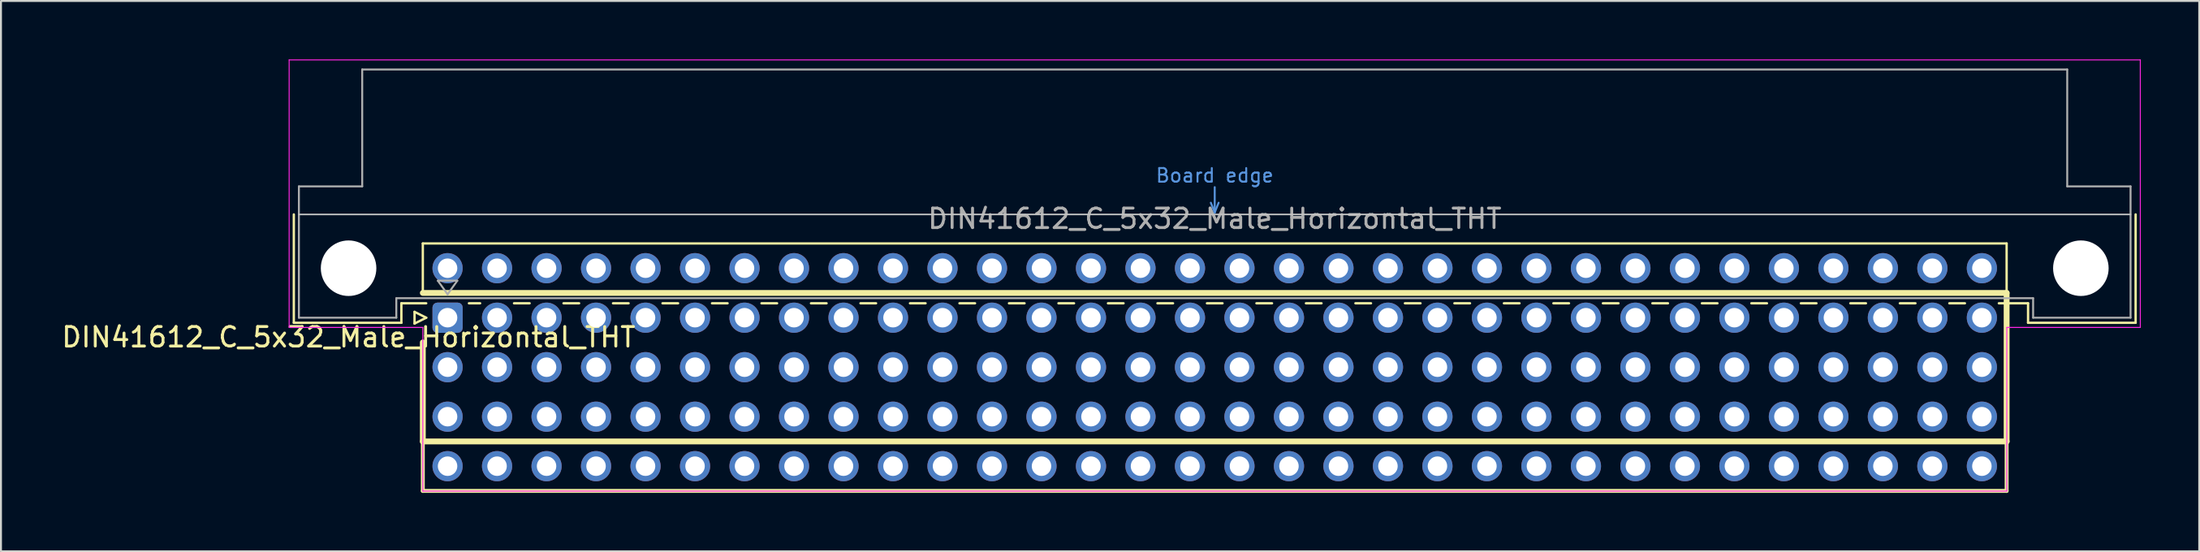
<source format=kicad_pcb>
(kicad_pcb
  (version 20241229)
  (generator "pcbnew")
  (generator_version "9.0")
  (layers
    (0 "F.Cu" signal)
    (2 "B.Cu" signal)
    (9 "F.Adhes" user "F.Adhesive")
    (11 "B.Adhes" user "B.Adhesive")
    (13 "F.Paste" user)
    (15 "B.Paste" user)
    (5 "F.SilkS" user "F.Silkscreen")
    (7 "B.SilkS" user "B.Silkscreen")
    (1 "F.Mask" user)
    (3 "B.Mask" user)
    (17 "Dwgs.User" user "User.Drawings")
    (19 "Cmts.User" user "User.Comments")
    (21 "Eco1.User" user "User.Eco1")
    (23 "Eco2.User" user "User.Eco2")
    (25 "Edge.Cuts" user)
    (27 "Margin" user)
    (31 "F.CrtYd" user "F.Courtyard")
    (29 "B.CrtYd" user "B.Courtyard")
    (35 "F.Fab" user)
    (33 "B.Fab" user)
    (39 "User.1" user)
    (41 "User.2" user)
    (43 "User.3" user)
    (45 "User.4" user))
  (footprint "DIN41612_C_5x32_Male_Horizontal_THT"
    (layer "F.Cu")
    (at 19.919 13.255)
    (property "Reference" "DIN41612_C_5x32_Male_Horizontal_THT" (at -5.08 1 0) (layer "F.SilkS") (effects (font (size 1 1) (thickness 0.15))))
    (attr through_hole)
    (fp_line (start -7.89 -5.3) (end -7.89 0.26) (stroke (width 0.12) (type solid)) (layer "F.SilkS"))
    (fp_line (start -7.89 0.26) (end -2.37 0.26) (stroke (width 0.12) (type solid)) (layer "F.SilkS"))
    (fp_line (start -2.371 -0.74) (end -1.095 -0.74) (stroke (width 0.12) (type solid)) (layer "F.SilkS"))
    (fp_line (start -2.37 0.26) (end -2.37 -0.74) (stroke (width 0.12) (type solid)) (layer "F.SilkS"))
    (fp_line (start -1.695 -0.3) (end -1.695 0.3) (stroke (width 0.12) (type solid)) (layer "F.SilkS"))
    (fp_line (start -1.695 0.3) (end -1.095 0) (stroke (width 0.12) (type solid)) (layer "F.SilkS"))
    (fp_line (start -1.27 -3.81) (end -1.27 -1.27) (stroke (width 0.12) (type default)) (layer "F.SilkS"))
    (fp_line (start -1.27 -3.81) (end 80.01 -3.81) (stroke (width 0.12) (type default)) (layer "F.SilkS"))
    (fp_line (start -1.27 -1.27) (end 80.01 -1.27) (stroke (width 0.3) (type default)) (layer "F.SilkS"))
    (fp_line (start -1.27 6.35) (end -1.27 1.27) (stroke (width 0.3) (type default)) (layer "F.SilkS"))
    (fp_line (start -1.27 6.35) (end 80.01 6.35) (stroke (width 0.3) (type default)) (layer "F.SilkS"))
    (fp_line (start -1.27 8.89) (end -1.27 6.35) (stroke (width 0.2) (type default)) (layer "F.SilkS"))
    (fp_line (start -1.27 8.89) (end 80.01 8.89) (stroke (width 0.2) (type default)) (layer "F.SilkS"))
    (fp_line (start -1.095 0) (end -1.695 -0.3) (stroke (width 0.12) (type solid)) (layer "F.SilkS"))
    (fp_line (start 1.095 -0.74) (end 1.671 -0.74) (stroke (width 0.12) (type solid)) (layer "F.SilkS"))
    (fp_line (start 3.41 -0.74) (end 4.211 -0.74) (stroke (width 0.12) (type solid)) (layer "F.SilkS"))
    (fp_line (start 5.95 -0.74) (end 6.751 -0.74) (stroke (width 0.12) (type solid)) (layer "F.SilkS"))
    (fp_line (start 8.49 -0.74) (end 9.291 -0.74) (stroke (width 0.12) (type solid)) (layer "F.SilkS"))
    (fp_line (start 11.03 -0.74) (end 11.831 -0.74) (stroke (width 0.12) (type solid)) (layer "F.SilkS"))
    (fp_line (start 13.57 -0.74) (end 14.371 -0.74) (stroke (width 0.12) (type solid)) (layer "F.SilkS"))
    (fp_line (start 16.11 -0.74) (end 16.911 -0.74) (stroke (width 0.12) (type solid)) (layer "F.SilkS"))
    (fp_line (start 18.65 -0.74) (end 19.451 -0.74) (stroke (width 0.12) (type solid)) (layer "F.SilkS"))
    (fp_line (start 21.19 -0.74) (end 21.991 -0.74) (stroke (width 0.12) (type solid)) (layer "F.SilkS"))
    (fp_line (start 23.73 -0.74) (end 24.531 -0.74) (stroke (width 0.12) (type solid)) (layer "F.SilkS"))
    (fp_line (start 26.27 -0.74) (end 27.071 -0.74) (stroke (width 0.12) (type solid)) (layer "F.SilkS"))
    (fp_line (start 28.81 -0.74) (end 29.611 -0.74) (stroke (width 0.12) (type solid)) (layer "F.SilkS"))
    (fp_line (start 31.35 -0.74) (end 32.151 -0.74) (stroke (width 0.12) (type solid)) (layer "F.SilkS"))
    (fp_line (start 33.89 -0.74) (end 34.691 -0.74) (stroke (width 0.12) (type solid)) (layer "F.SilkS"))
    (fp_line (start 36.43 -0.74) (end 37.231 -0.74) (stroke (width 0.12) (type solid)) (layer "F.SilkS"))
    (fp_line (start 38.97 -0.74) (end 39.771 -0.74) (stroke (width 0.12) (type solid)) (layer "F.SilkS"))
    (fp_line (start 41.51 -0.74) (end 42.311 -0.74) (stroke (width 0.12) (type solid)) (layer "F.SilkS"))
    (fp_line (start 44.05 -0.74) (end 44.851 -0.74) (stroke (width 0.12) (type solid)) (layer "F.SilkS"))
    (fp_line (start 46.59 -0.74) (end 47.391 -0.74) (stroke (width 0.12) (type solid)) (layer "F.SilkS"))
    (fp_line (start 49.13 -0.74) (end 49.931 -0.74) (stroke (width 0.12) (type solid)) (layer "F.SilkS"))
    (fp_line (start 51.67 -0.74) (end 52.471 -0.74) (stroke (width 0.12) (type solid)) (layer "F.SilkS"))
    (fp_line (start 54.21 -0.74) (end 55.011 -0.74) (stroke (width 0.12) (type solid)) (layer "F.SilkS"))
    (fp_line (start 56.75 -0.74) (end 57.551 -0.74) (stroke (width 0.12) (type solid)) (layer "F.SilkS"))
    (fp_line (start 59.29 -0.74) (end 60.091 -0.74) (stroke (width 0.12) (type solid)) (layer "F.SilkS"))
    (fp_line (start 61.83 -0.74) (end 62.631 -0.74) (stroke (width 0.12) (type solid)) (layer "F.SilkS"))
    (fp_line (start 64.37 -0.74) (end 65.171 -0.74) (stroke (width 0.12) (type solid)) (layer "F.SilkS"))
    (fp_line (start 66.91 -0.74) (end 67.711 -0.74) (stroke (width 0.12) (type solid)) (layer "F.SilkS"))
    (fp_line (start 69.45 -0.74) (end 70.251 -0.74) (stroke (width 0.12) (type solid)) (layer "F.SilkS"))
    (fp_line (start 71.99 -0.74) (end 72.791 -0.74) (stroke (width 0.12) (type solid)) (layer "F.SilkS"))
    (fp_line (start 74.53 -0.74) (end 75.331 -0.74) (stroke (width 0.12) (type solid)) (layer "F.SilkS"))
    (fp_line (start 77.07 -0.74) (end 77.871 -0.74) (stroke (width 0.12) (type solid)) (layer "F.SilkS"))
    (fp_line (start 79.61 -0.74) (end 81.11 -0.74) (stroke (width 0.12) (type solid)) (layer "F.SilkS"))
    (fp_line (start 80.01 -3.81) (end 80.01 -1.27) (stroke (width 0.12) (type default)) (layer "F.SilkS"))
    (fp_line (start 80.01 6.35) (end 80.01 -1.27) (stroke (width 0.3) (type default)) (layer "F.SilkS"))
    (fp_line (start 80.01 8.89) (end 80.01 6.35) (stroke (width 0.2) (type default)) (layer "F.SilkS"))
    (fp_line (start 81.11 0.26) (end 81.11 -0.74) (stroke (width 0.12) (type solid)) (layer "F.SilkS"))
    (fp_line (start 86.63 -5.3) (end 86.63 0.26) (stroke (width 0.12) (type solid)) (layer "F.SilkS"))
    (fp_line (start 86.63 0.26) (end 81.11 0.26) (stroke (width 0.12) (type solid)) (layer "F.SilkS"))
    (fp_line (start -7.63 -5.3) (end 86.37 -5.3) (stroke (width 0.08) (type solid)) (layer "Dwgs.User"))
    (fp_line (start 39.17 -5.9) (end 39.37 -5.4) (stroke (width 0.1) (type solid)) (layer "Cmts.User"))
    (fp_line (start 39.37 -5.4) (end 39.37 -6.7) (stroke (width 0.1) (type solid)) (layer "Cmts.User"))
    (fp_line (start 39.37 -5.4) (end 39.57 -5.9) (stroke (width 0.1) (type solid)) (layer "Cmts.User"))
    (fp_line (start -8.13 -13.23) (end -8.13 0.5) (stroke (width 0.05) (type solid)) (layer "F.CrtYd"))
    (fp_line (start -8.13 0.5) (end -1.27 0.5) (stroke (width 0.05) (type solid)) (layer "F.CrtYd"))
    (fp_line (start -1.27 0.5) (end -1.27 8.9) (stroke (width 0.05) (type solid)) (layer "F.CrtYd"))
    (fp_line (start -1.27 8.9) (end 80.02 8.9) (stroke (width 0.05) (type solid)) (layer "F.CrtYd"))
    (fp_line (start 80.02 0.5) (end 86.87 0.5) (stroke (width 0.05) (type solid)) (layer "F.CrtYd"))
    (fp_line (start 80.02 8.89) (end 80.02 0.5) (stroke (width 0.05) (type solid)) (layer "F.CrtYd"))
    (fp_line (start 86.87 -13.23) (end -8.13 -13.23) (stroke (width 0.05) (type solid)) (layer "F.CrtYd"))
    (fp_line (start 86.87 0.5) (end 86.87 -13.23) (stroke (width 0.05) (type solid)) (layer "F.CrtYd"))
    (fp_line (start -7.63 -6.74) (end -7.63 0) (stroke (width 0.1) (type solid)) (layer "F.Fab"))
    (fp_line (start -7.63 0) (end -2.63 0) (stroke (width 0.1) (type solid)) (layer "F.Fab"))
    (fp_line (start -4.38 -12.74) (end -4.38 -6.74) (stroke (width 0.1) (type solid)) (layer "F.Fab"))
    (fp_line (start -4.38 -6.74) (end -7.63 -6.74) (stroke (width 0.1) (type solid)) (layer "F.Fab"))
    (fp_line (start -2.63 -1) (end 81.37 -1) (stroke (width 0.1) (type solid)) (layer "F.Fab"))
    (fp_line (start -2.63 0) (end -2.63 -1) (stroke (width 0.1) (type solid)) (layer "F.Fab"))
    (fp_line (start -0.5 -1.9) (end 0.5 -1.9) (stroke (width 0.1) (type solid)) (layer "F.Fab"))
    (fp_line (start 0 -1.2) (end -0.5 -1.9) (stroke (width 0.1) (type solid)) (layer "F.Fab"))
    (fp_line (start 0.5 -1.9) (end 0 -1.2) (stroke (width 0.1) (type solid)) (layer "F.Fab"))
    (fp_line (start 81.37 -1) (end 81.37 0) (stroke (width 0.1) (type solid)) (layer "F.Fab"))
    (fp_line (start 81.37 0) (end 86.37 0) (stroke (width 0.1) (type solid)) (layer "F.Fab"))
    (fp_line (start 83.12 -12.74) (end -4.38 -12.74) (stroke (width 0.1) (type solid)) (layer "F.Fab"))
    (fp_line (start 83.12 -6.74) (end 83.12 -12.74) (stroke (width 0.1) (type solid)) (layer "F.Fab"))
    (fp_line (start 86.37 -6.74) (end 83.12 -6.74) (stroke (width 0.1) (type solid)) (layer "F.Fab"))
    (fp_line (start 86.37 0) (end 86.37 -6.74) (stroke (width 0.1) (type solid)) (layer "F.Fab"))
    (fp_text user "Board edge" (at 39.37 -7.3 0) (layer "Cmts.User") (effects (font (size 0.7 0.7) (thickness 0.1))))
    (fp_text user "${REFERENCE}" (at 39.37 -5.08 0) (layer "F.Fab") (effects (font (size 1 1) (thickness 0.15))))
    (pad "" np_thru_hole circle (at -5.08 -2.54) (size 2.85 2.85) (drill 2.85) (layers "*.Cu" "*.Mask"))
    (pad "" np_thru_hole circle (at 83.82 -2.54) (size 2.85 2.85) (drill 2.85) (layers "*.Cu" "*.Mask"))
    (pad "a1" thru_hole roundrect (at 0 0) (size 1.55 1.55) (drill 1) (layers "*.Cu" "*.Mask") (roundrect_rratio 0.161))
    (pad "a2" thru_hole circle (at 2.54 0) (size 1.55 1.55) (drill 1) (layers "*.Cu" "*.Mask"))
    (pad "a3" thru_hole circle (at 5.08 0) (size 1.55 1.55) (drill 1) (layers "*.Cu" "*.Mask"))
    (pad "a4" thru_hole circle (at 7.62 0) (size 1.55 1.55) (drill 1) (layers "*.Cu" "*.Mask"))
    (pad "a5" thru_hole circle (at 10.16 0) (size 1.55 1.55) (drill 1) (layers "*.Cu" "*.Mask"))
    (pad "a6" thru_hole circle (at 12.7 0) (size 1.55 1.55) (drill 1) (layers "*.Cu" "*.Mask"))
    (pad "a7" thru_hole circle (at 15.24 0) (size 1.55 1.55) (drill 1) (layers "*.Cu" "*.Mask"))
    (pad "a8" thru_hole circle (at 17.78 0) (size 1.55 1.55) (drill 1) (layers "*.Cu" "*.Mask"))
    (pad "a9" thru_hole circle (at 20.32 0) (size 1.55 1.55) (drill 1) (layers "*.Cu" "*.Mask"))
    (pad "a10" thru_hole circle (at 22.86 0) (size 1.55 1.55) (drill 1) (layers "*.Cu" "*.Mask"))
    (pad "a11" thru_hole circle (at 25.4 0) (size 1.55 1.55) (drill 1) (layers "*.Cu" "*.Mask"))
    (pad "a12" thru_hole circle (at 27.94 0) (size 1.55 1.55) (drill 1) (layers "*.Cu" "*.Mask"))
    (pad "a13" thru_hole circle (at 30.48 0) (size 1.55 1.55) (drill 1) (layers "*.Cu" "*.Mask"))
    (pad "a14" thru_hole circle (at 33.02 0) (size 1.55 1.55) (drill 1) (layers "*.Cu" "*.Mask"))
    (pad "a15" thru_hole circle (at 35.56 0) (size 1.55 1.55) (drill 1) (layers "*.Cu" "*.Mask"))
    (pad "a16" thru_hole circle (at 38.1 0) (size 1.55 1.55) (drill 1) (layers "*.Cu" "*.Mask"))
    (pad "a17" thru_hole circle (at 40.64 0) (size 1.55 1.55) (drill 1) (layers "*.Cu" "*.Mask"))
    (pad "a18" thru_hole circle (at 43.18 0) (size 1.55 1.55) (drill 1) (layers "*.Cu" "*.Mask"))
    (pad "a19" thru_hole circle (at 45.72 0) (size 1.55 1.55) (drill 1) (layers "*.Cu" "*.Mask"))
    (pad "a20" thru_hole circle (at 48.26 0) (size 1.55 1.55) (drill 1) (layers "*.Cu" "*.Mask"))
    (pad "a21" thru_hole circle (at 50.8 0) (size 1.55 1.55) (drill 1) (layers "*.Cu" "*.Mask"))
    (pad "a22" thru_hole circle (at 53.34 0) (size 1.55 1.55) (drill 1) (layers "*.Cu" "*.Mask"))
    (pad "a23" thru_hole circle (at 55.88 0) (size 1.55 1.55) (drill 1) (layers "*.Cu" "*.Mask"))
    (pad "a24" thru_hole circle (at 58.42 0) (size 1.55 1.55) (drill 1) (layers "*.Cu" "*.Mask"))
    (pad "a25" thru_hole circle (at 60.96 0) (size 1.55 1.55) (drill 1) (layers "*.Cu" "*.Mask"))
    (pad "a26" thru_hole circle (at 63.5 0) (size 1.55 1.55) (drill 1) (layers "*.Cu" "*.Mask"))
    (pad "a27" thru_hole circle (at 66.04 0) (size 1.55 1.55) (drill 1) (layers "*.Cu" "*.Mask"))
    (pad "a28" thru_hole circle (at 68.58 0) (size 1.55 1.55) (drill 1) (layers "*.Cu" "*.Mask"))
    (pad "a29" thru_hole circle (at 71.12 0) (size 1.55 1.55) (drill 1) (layers "*.Cu" "*.Mask"))
    (pad "a30" thru_hole circle (at 73.66 0) (size 1.55 1.55) (drill 1) (layers "*.Cu" "*.Mask"))
    (pad "a31" thru_hole circle (at 76.2 0) (size 1.55 1.55) (drill 1) (layers "*.Cu" "*.Mask"))
    (pad "a32" thru_hole circle (at 78.74 0) (size 1.55 1.55) (drill 1) (layers "*.Cu" "*.Mask"))
    (pad "b1" thru_hole circle (at 0 2.54) (size 1.55 1.55) (drill 1) (layers "*.Cu" "*.Mask"))
    (pad "b2" thru_hole circle (at 2.54 2.54) (size 1.55 1.55) (drill 1) (layers "*.Cu" "*.Mask"))
    (pad "b3" thru_hole circle (at 5.08 2.54) (size 1.55 1.55) (drill 1) (layers "*.Cu" "*.Mask"))
    (pad "b4" thru_hole circle (at 7.62 2.54) (size 1.55 1.55) (drill 1) (layers "*.Cu" "*.Mask"))
    (pad "b5" thru_hole circle (at 10.16 2.54) (size 1.55 1.55) (drill 1) (layers "*.Cu" "*.Mask"))
    (pad "b6" thru_hole circle (at 12.7 2.54) (size 1.55 1.55) (drill 1) (layers "*.Cu" "*.Mask"))
    (pad "b7" thru_hole circle (at 15.24 2.54) (size 1.55 1.55) (drill 1) (layers "*.Cu" "*.Mask"))
    (pad "b8" thru_hole circle (at 17.78 2.54) (size 1.55 1.55) (drill 1) (layers "*.Cu" "*.Mask"))
    (pad "b9" thru_hole circle (at 20.32 2.54) (size 1.55 1.55) (drill 1) (layers "*.Cu" "*.Mask"))
    (pad "b10" thru_hole circle (at 22.86 2.54) (size 1.55 1.55) (drill 1) (layers "*.Cu" "*.Mask"))
    (pad "b11" thru_hole circle (at 25.4 2.54) (size 1.55 1.55) (drill 1) (layers "*.Cu" "*.Mask"))
    (pad "b12" thru_hole circle (at 27.94 2.54) (size 1.55 1.55) (drill 1) (layers "*.Cu" "*.Mask"))
    (pad "b13" thru_hole circle (at 30.48 2.54) (size 1.55 1.55) (drill 1) (layers "*.Cu" "*.Mask"))
    (pad "b14" thru_hole circle (at 33.02 2.54) (size 1.55 1.55) (drill 1) (layers "*.Cu" "*.Mask"))
    (pad "b15" thru_hole circle (at 35.56 2.54) (size 1.55 1.55) (drill 1) (layers "*.Cu" "*.Mask"))
    (pad "b16" thru_hole circle (at 38.1 2.54) (size 1.55 1.55) (drill 1) (layers "*.Cu" "*.Mask"))
    (pad "b17" thru_hole circle (at 40.64 2.54) (size 1.55 1.55) (drill 1) (layers "*.Cu" "*.Mask"))
    (pad "b18" thru_hole circle (at 43.18 2.54) (size 1.55 1.55) (drill 1) (layers "*.Cu" "*.Mask"))
    (pad "b19" thru_hole circle (at 45.72 2.54) (size 1.55 1.55) (drill 1) (layers "*.Cu" "*.Mask"))
    (pad "b20" thru_hole circle (at 48.26 2.54) (size 1.55 1.55) (drill 1) (layers "*.Cu" "*.Mask"))
    (pad "b21" thru_hole circle (at 50.8 2.54) (size 1.55 1.55) (drill 1) (layers "*.Cu" "*.Mask"))
    (pad "b22" thru_hole circle (at 53.34 2.54) (size 1.55 1.55) (drill 1) (layers "*.Cu" "*.Mask"))
    (pad "b23" thru_hole circle (at 55.88 2.54) (size 1.55 1.55) (drill 1) (layers "*.Cu" "*.Mask"))
    (pad "b24" thru_hole circle (at 58.42 2.54) (size 1.55 1.55) (drill 1) (layers "*.Cu" "*.Mask"))
    (pad "b25" thru_hole circle (at 60.96 2.54) (size 1.55 1.55) (drill 1) (layers "*.Cu" "*.Mask"))
    (pad "b26" thru_hole circle (at 63.5 2.54) (size 1.55 1.55) (drill 1) (layers "*.Cu" "*.Mask"))
    (pad "b27" thru_hole circle (at 66.04 2.54) (size 1.55 1.55) (drill 1) (layers "*.Cu" "*.Mask"))
    (pad "b28" thru_hole circle (at 68.58 2.54) (size 1.55 1.55) (drill 1) (layers "*.Cu" "*.Mask"))
    (pad "b29" thru_hole circle (at 71.12 2.54) (size 1.55 1.55) (drill 1) (layers "*.Cu" "*.Mask"))
    (pad "b30" thru_hole circle (at 73.66 2.54) (size 1.55 1.55) (drill 1) (layers "*.Cu" "*.Mask"))
    (pad "b31" thru_hole circle (at 76.2 2.54) (size 1.55 1.55) (drill 1) (layers "*.Cu" "*.Mask"))
    (pad "b32" thru_hole circle (at 78.74 2.54) (size 1.55 1.55) (drill 1) (layers "*.Cu" "*.Mask"))
    (pad "c1" thru_hole circle (at 0 5.08) (size 1.55 1.55) (drill 1) (layers "*.Cu" "*.Mask"))
    (pad "c2" thru_hole circle (at 2.54 5.08) (size 1.55 1.55) (drill 1) (layers "*.Cu" "*.Mask"))
    (pad "c3" thru_hole circle (at 5.08 5.08) (size 1.55 1.55) (drill 1) (layers "*.Cu" "*.Mask"))
    (pad "c4" thru_hole circle (at 7.62 5.08) (size 1.55 1.55) (drill 1) (layers "*.Cu" "*.Mask"))
    (pad "c5" thru_hole circle (at 10.16 5.08) (size 1.55 1.55) (drill 1) (layers "*.Cu" "*.Mask"))
    (pad "c6" thru_hole circle (at 12.7 5.08) (size 1.55 1.55) (drill 1) (layers "*.Cu" "*.Mask"))
    (pad "c7" thru_hole circle (at 15.24 5.08) (size 1.55 1.55) (drill 1) (layers "*.Cu" "*.Mask"))
    (pad "c8" thru_hole circle (at 17.78 5.08) (size 1.55 1.55) (drill 1) (layers "*.Cu" "*.Mask"))
    (pad "c9" thru_hole circle (at 20.32 5.08) (size 1.55 1.55) (drill 1) (layers "*.Cu" "*.Mask"))
    (pad "c10" thru_hole circle (at 22.86 5.08) (size 1.55 1.55) (drill 1) (layers "*.Cu" "*.Mask"))
    (pad "c11" thru_hole circle (at 25.4 5.08) (size 1.55 1.55) (drill 1) (layers "*.Cu" "*.Mask"))
    (pad "c12" thru_hole circle (at 27.94 5.08) (size 1.55 1.55) (drill 1) (layers "*.Cu" "*.Mask"))
    (pad "c13" thru_hole circle (at 30.48 5.08) (size 1.55 1.55) (drill 1) (layers "*.Cu" "*.Mask"))
    (pad "c14" thru_hole circle (at 33.02 5.08) (size 1.55 1.55) (drill 1) (layers "*.Cu" "*.Mask"))
    (pad "c15" thru_hole circle (at 35.56 5.08) (size 1.55 1.55) (drill 1) (layers "*.Cu" "*.Mask"))
    (pad "c16" thru_hole circle (at 38.1 5.08) (size 1.55 1.55) (drill 1) (layers "*.Cu" "*.Mask"))
    (pad "c17" thru_hole circle (at 40.64 5.08) (size 1.55 1.55) (drill 1) (layers "*.Cu" "*.Mask"))
    (pad "c18" thru_hole circle (at 43.18 5.08) (size 1.55 1.55) (drill 1) (layers "*.Cu" "*.Mask"))
    (pad "c19" thru_hole circle (at 45.72 5.08) (size 1.55 1.55) (drill 1) (layers "*.Cu" "*.Mask"))
    (pad "c20" thru_hole circle (at 48.26 5.08) (size 1.55 1.55) (drill 1) (layers "*.Cu" "*.Mask"))
    (pad "c21" thru_hole circle (at 50.8 5.08) (size 1.55 1.55) (drill 1) (layers "*.Cu" "*.Mask"))
    (pad "c22" thru_hole circle (at 53.34 5.08) (size 1.55 1.55) (drill 1) (layers "*.Cu" "*.Mask"))
    (pad "c23" thru_hole circle (at 55.88 5.08) (size 1.55 1.55) (drill 1) (layers "*.Cu" "*.Mask"))
    (pad "c24" thru_hole circle (at 58.42 5.08) (size 1.55 1.55) (drill 1) (layers "*.Cu" "*.Mask"))
    (pad "c25" thru_hole circle (at 60.96 5.08) (size 1.55 1.55) (drill 1) (layers "*.Cu" "*.Mask"))
    (pad "c26" thru_hole circle (at 63.5 5.08) (size 1.55 1.55) (drill 1) (layers "*.Cu" "*.Mask"))
    (pad "c27" thru_hole circle (at 66.04 5.08) (size 1.55 1.55) (drill 1) (layers "*.Cu" "*.Mask"))
    (pad "c28" thru_hole circle (at 68.58 5.08) (size 1.55 1.55) (drill 1) (layers "*.Cu" "*.Mask"))
    (pad "c29" thru_hole circle (at 71.12 5.08) (size 1.55 1.55) (drill 1) (layers "*.Cu" "*.Mask"))
    (pad "c30" thru_hole circle (at 73.66 5.08) (size 1.55 1.55) (drill 1) (layers "*.Cu" "*.Mask"))
    (pad "c31" thru_hole circle (at 76.2 5.08) (size 1.55 1.55) (drill 1) (layers "*.Cu" "*.Mask"))
    (pad "c32" thru_hole circle (at 78.74 5.08) (size 1.55 1.55) (drill 1) (layers "*.Cu" "*.Mask"))
    (pad "d1" thru_hole circle (at 0 7.62) (size 1.55 1.55) (drill 1) (layers "*.Cu" "*.Mask"))
    (pad "d2" thru_hole circle (at 2.54 7.62) (size 1.55 1.55) (drill 1) (layers "*.Cu" "*.Mask"))
    (pad "d3" thru_hole circle (at 5.08 7.62) (size 1.55 1.55) (drill 1) (layers "*.Cu" "*.Mask"))
    (pad "d4" thru_hole circle (at 7.62 7.62) (size 1.55 1.55) (drill 1) (layers "*.Cu" "*.Mask"))
    (pad "d5" thru_hole circle (at 10.16 7.62) (size 1.55 1.55) (drill 1) (layers "*.Cu" "*.Mask"))
    (pad "d6" thru_hole circle (at 12.7 7.62) (size 1.55 1.55) (drill 1) (layers "*.Cu" "*.Mask"))
    (pad "d7" thru_hole circle (at 15.24 7.62) (size 1.55 1.55) (drill 1) (layers "*.Cu" "*.Mask"))
    (pad "d8" thru_hole circle (at 17.78 7.62) (size 1.55 1.55) (drill 1) (layers "*.Cu" "*.Mask"))
    (pad "d9" thru_hole circle (at 20.32 7.62) (size 1.55 1.55) (drill 1) (layers "*.Cu" "*.Mask"))
    (pad "d10" thru_hole circle (at 22.86 7.62) (size 1.55 1.55) (drill 1) (layers "*.Cu" "*.Mask"))
    (pad "d11" thru_hole circle (at 25.4 7.62) (size 1.55 1.55) (drill 1) (layers "*.Cu" "*.Mask"))
    (pad "d12" thru_hole circle (at 27.94 7.62) (size 1.55 1.55) (drill 1) (layers "*.Cu" "*.Mask"))
    (pad "d13" thru_hole circle (at 30.48 7.62) (size 1.55 1.55) (drill 1) (layers "*.Cu" "*.Mask"))
    (pad "d14" thru_hole circle (at 33.02 7.62) (size 1.55 1.55) (drill 1) (layers "*.Cu" "*.Mask"))
    (pad "d15" thru_hole circle (at 35.56 7.62) (size 1.55 1.55) (drill 1) (layers "*.Cu" "*.Mask"))
    (pad "d16" thru_hole circle (at 38.1 7.62) (size 1.55 1.55) (drill 1) (layers "*.Cu" "*.Mask"))
    (pad "d17" thru_hole circle (at 40.64 7.62) (size 1.55 1.55) (drill 1) (layers "*.Cu" "*.Mask"))
    (pad "d18" thru_hole circle (at 43.18 7.62) (size 1.55 1.55) (drill 1) (layers "*.Cu" "*.Mask"))
    (pad "d19" thru_hole circle (at 45.72 7.62) (size 1.55 1.55) (drill 1) (layers "*.Cu" "*.Mask"))
    (pad "d20" thru_hole circle (at 48.26 7.62) (size 1.55 1.55) (drill 1) (layers "*.Cu" "*.Mask"))
    (pad "d21" thru_hole circle (at 50.8 7.62) (size 1.55 1.55) (drill 1) (layers "*.Cu" "*.Mask"))
    (pad "d22" thru_hole circle (at 53.34 7.62) (size 1.55 1.55) (drill 1) (layers "*.Cu" "*.Mask"))
    (pad "d23" thru_hole circle (at 55.88 7.62) (size 1.55 1.55) (drill 1) (layers "*.Cu" "*.Mask"))
    (pad "d24" thru_hole circle (at 58.42 7.62) (size 1.55 1.55) (drill 1) (layers "*.Cu" "*.Mask"))
    (pad "d25" thru_hole circle (at 60.96 7.62) (size 1.55 1.55) (drill 1) (layers "*.Cu" "*.Mask"))
    (pad "d26" thru_hole circle (at 63.5 7.62) (size 1.55 1.55) (drill 1) (layers "*.Cu" "*.Mask"))
    (pad "d27" thru_hole circle (at 66.04 7.62) (size 1.55 1.55) (drill 1) (layers "*.Cu" "*.Mask"))
    (pad "d28" thru_hole circle (at 68.58 7.62) (size 1.55 1.55) (drill 1) (layers "*.Cu" "*.Mask"))
    (pad "d29" thru_hole circle (at 71.12 7.62) (size 1.55 1.55) (drill 1) (layers "*.Cu" "*.Mask"))
    (pad "d30" thru_hole circle (at 73.66 7.62) (size 1.55 1.55) (drill 1) (layers "*.Cu" "*.Mask"))
    (pad "d31" thru_hole circle (at 76.2 7.62) (size 1.55 1.55) (drill 1) (layers "*.Cu" "*.Mask"))
    (pad "d32" thru_hole circle (at 78.74 7.62) (size 1.55 1.55) (drill 1) (layers "*.Cu" "*.Mask"))
    (pad "z1" thru_hole circle (at 0 -2.54) (size 1.55 1.55) (drill 1) (layers "*.Cu" "*.Mask"))
    (pad "z2" thru_hole circle (at 2.54 -2.54) (size 1.55 1.55) (drill 1) (layers "*.Cu" "*.Mask"))
    (pad "z3" thru_hole circle (at 5.08 -2.54) (size 1.55 1.55) (drill 1) (layers "*.Cu" "*.Mask"))
    (pad "z4" thru_hole circle (at 7.62 -2.54) (size 1.55 1.55) (drill 1) (layers "*.Cu" "*.Mask"))
    (pad "z5" thru_hole circle (at 10.16 -2.54) (size 1.55 1.55) (drill 1) (layers "*.Cu" "*.Mask"))
    (pad "z6" thru_hole circle (at 12.7 -2.54) (size 1.55 1.55) (drill 1) (layers "*.Cu" "*.Mask"))
    (pad "z7" thru_hole circle (at 15.24 -2.54) (size 1.55 1.55) (drill 1) (layers "*.Cu" "*.Mask"))
    (pad "z8" thru_hole circle (at 17.78 -2.54) (size 1.55 1.55) (drill 1) (layers "*.Cu" "*.Mask"))
    (pad "z9" thru_hole circle (at 20.32 -2.54) (size 1.55 1.55) (drill 1) (layers "*.Cu" "*.Mask"))
    (pad "z10" thru_hole circle (at 22.86 -2.54) (size 1.55 1.55) (drill 1) (layers "*.Cu" "*.Mask"))
    (pad "z11" thru_hole circle (at 25.4 -2.54) (size 1.55 1.55) (drill 1) (layers "*.Cu" "*.Mask"))
    (pad "z12" thru_hole circle (at 27.94 -2.54) (size 1.55 1.55) (drill 1) (layers "*.Cu" "*.Mask"))
    (pad "z13" thru_hole circle (at 30.48 -2.54) (size 1.55 1.55) (drill 1) (layers "*.Cu" "*.Mask"))
    (pad "z14" thru_hole circle (at 33.02 -2.54) (size 1.55 1.55) (drill 1) (layers "*.Cu" "*.Mask"))
    (pad "z15" thru_hole circle (at 35.56 -2.54) (size 1.55 1.55) (drill 1) (layers "*.Cu" "*.Mask"))
    (pad "z16" thru_hole circle (at 38.1 -2.54) (size 1.55 1.55) (drill 1) (layers "*.Cu" "*.Mask"))
    (pad "z17" thru_hole circle (at 40.64 -2.54) (size 1.55 1.55) (drill 1) (layers "*.Cu" "*.Mask"))
    (pad "z18" thru_hole circle (at 43.18 -2.54) (size 1.55 1.55) (drill 1) (layers "*.Cu" "*.Mask"))
    (pad "z19" thru_hole circle (at 45.72 -2.54) (size 1.55 1.55) (drill 1) (layers "*.Cu" "*.Mask"))
    (pad "z20" thru_hole circle (at 48.26 -2.54) (size 1.55 1.55) (drill 1) (layers "*.Cu" "*.Mask"))
    (pad "z21" thru_hole circle (at 50.8 -2.54) (size 1.55 1.55) (drill 1) (layers "*.Cu" "*.Mask"))
    (pad "z22" thru_hole circle (at 53.34 -2.54) (size 1.55 1.55) (drill 1) (layers "*.Cu" "*.Mask"))
    (pad "z23" thru_hole circle (at 55.88 -2.54) (size 1.55 1.55) (drill 1) (layers "*.Cu" "*.Mask"))
    (pad "z24" thru_hole circle (at 58.42 -2.54) (size 1.55 1.55) (drill 1) (layers "*.Cu" "*.Mask"))
    (pad "z25" thru_hole circle (at 60.96 -2.54) (size 1.55 1.55) (drill 1) (layers "*.Cu" "*.Mask"))
    (pad "z26" thru_hole circle (at 63.5 -2.54) (size 1.55 1.55) (drill 1) (layers "*.Cu" "*.Mask"))
    (pad "z27" thru_hole circle (at 66.04 -2.54) (size 1.55 1.55) (drill 1) (layers "*.Cu" "*.Mask"))
    (pad "z28" thru_hole circle (at 68.58 -2.54) (size 1.55 1.55) (drill 1) (layers "*.Cu" "*.Mask"))
    (pad "z29" thru_hole circle (at 71.12 -2.54) (size 1.55 1.55) (drill 1) (layers "*.Cu" "*.Mask"))
    (pad "z30" thru_hole circle (at 73.66 -2.54) (size 1.55 1.55) (drill 1) (layers "*.Cu" "*.Mask"))
    (pad "z31" thru_hole circle (at 76.2 -2.54) (size 1.55 1.55) (drill 1) (layers "*.Cu" "*.Mask"))
    (pad "z32" thru_hole circle (at 78.74 -2.54) (size 1.55 1.55) (drill 1) (layers "*.Cu" "*.Mask")))
  (gr_rect
    (start -3 -3)
    (end 109.814 25.245)
    (stroke (width 0.1) (type default))
    (fill no)
    (layer "Edge.Cuts")))
</source>
